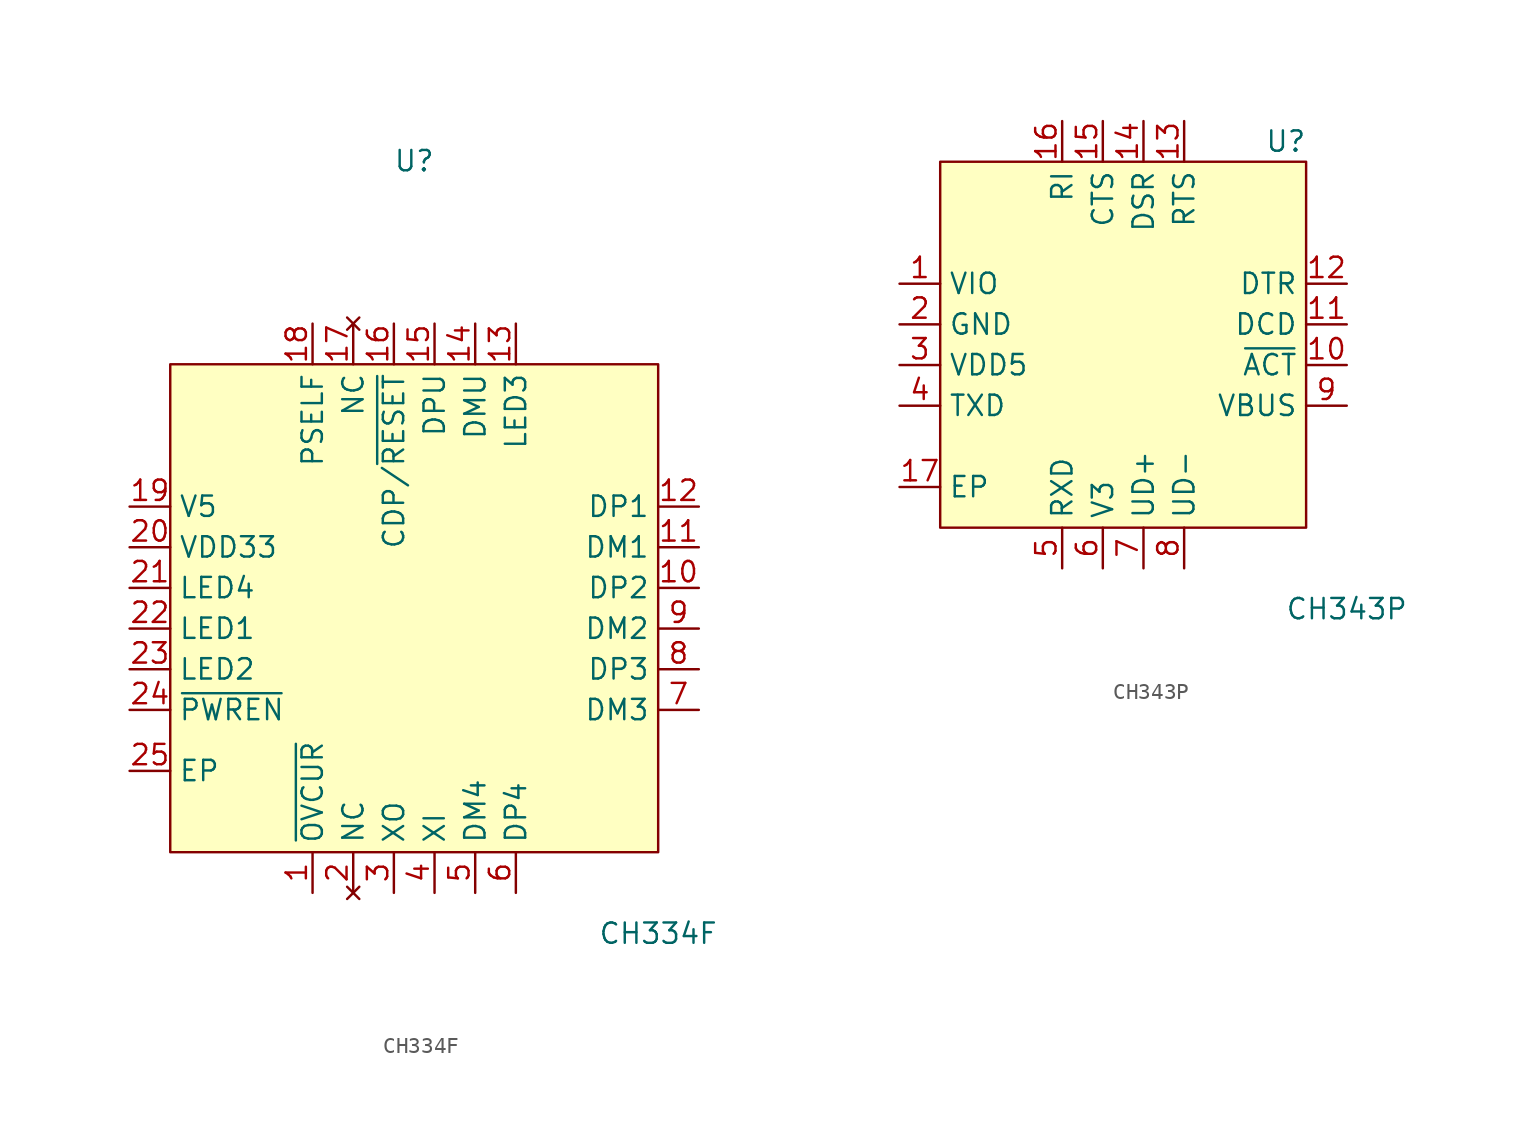
<source format=kicad_sym>
(kicad_symbol_lib
  (version 20220914)
  (generator kicad_symbol_editor)
  (symbol "CH334F"
    (property "Reference" "U"
      (at 0 27.94 0)
      (effects (font (size 1.27 1.27))))
    (property "Value" "CH334F"
      (at 15.24 -20.32 0)
      (effects (font (size 1.27 1.27))))
    (symbol "CH334F_1_1"
      (rectangle (start -15.24 15.24) (end 15.24 -15.24) (stroke (width 0) (type default)) (fill (type background)))
      (pin input line (at -6.35 -17.78 90) (length 2.54) (name "~{OVCUR}" (effects (font (size 1.27 1.27)))) (number "1" (effects (font (size 1.27 1.27)))))
      (pin bidirectional line (at 17.78 1.27 180) (length 2.54) (name "DP2" (effects (font (size 1.27 1.27)))) (number "10" (effects (font (size 1.27 1.27)))))
      (pin bidirectional line (at 17.78 3.81 180) (length 2.54) (name "DM1" (effects (font (size 1.27 1.27)))) (number "11" (effects (font (size 1.27 1.27)))))
      (pin bidirectional line (at 17.78 6.35 180) (length 2.54) (name "DP1" (effects (font (size 1.27 1.27)))) (number "12" (effects (font (size 1.27 1.27)))))
      (pin bidirectional line (at 6.35 17.78 270) (length 2.54) (name "LED3" (effects (font (size 1.27 1.27)))) (number "13" (effects (font (size 1.27 1.27)))))
      (pin bidirectional line (at 3.81 17.78 270) (length 2.54) (name "DMU" (effects (font (size 1.27 1.27)))) (number "14" (effects (font (size 1.27 1.27)))))
      (pin bidirectional line (at 1.27 17.78 270) (length 2.54) (name "DPU" (effects (font (size 1.27 1.27)))) (number "15" (effects (font (size 1.27 1.27)))))
      (pin input line (at -1.27 17.78 270) (length 2.54) (name "CDP/~{RESET}" (effects (font (size 1.27 1.27)))) (number "16" (effects (font (size 1.27 1.27)))))
      (pin no_connect line (at -3.81 17.78 270) (length 2.54) (name "NC" (effects (font (size 1.27 1.27)))) (number "17" (effects (font (size 1.27 1.27)))))
      (pin input line (at -6.35 17.78 270) (length 2.54) (name "PSELF" (effects (font (size 1.27 1.27)))) (number "18" (effects (font (size 1.27 1.27)))))
      (pin power_in line (at -17.78 6.35 0) (length 2.54) (name "V5" (effects (font (size 1.27 1.27)))) (number "19" (effects (font (size 1.27 1.27)))))
      (pin no_connect line (at -3.81 -17.78 90) (length 2.54) (name "NC" (effects (font (size 1.27 1.27)))) (number "2" (effects (font (size 1.27 1.27)))))
      (pin power_in line (at -17.78 3.81 0) (length 2.54) (name "VDD33" (effects (font (size 1.27 1.27)))) (number "20" (effects (font (size 1.27 1.27)))))
      (pin bidirectional line (at -17.78 1.27 0) (length 2.54) (name "LED4" (effects (font (size 1.27 1.27)))) (number "21" (effects (font (size 1.27 1.27)))))
      (pin bidirectional line (at -17.78 -1.27 0) (length 2.54) (name "LED1" (effects (font (size 1.27 1.27)))) (number "22" (effects (font (size 1.27 1.27)))))
      (pin bidirectional line (at -17.78 -3.81 0) (length 2.54) (name "LED2" (effects (font (size 1.27 1.27)))) (number "23" (effects (font (size 1.27 1.27)))))
      (pin output line (at -17.78 -6.35 0) (length 2.54) (name "~{PWREN}" (effects (font (size 1.27 1.27)))) (number "24" (effects (font (size 1.27 1.27)))))
      (pin input line (at -17.78 -10.16 0) (length 2.54) (name "EP" (effects (font (size 1.27 1.27)))) (number "25" (effects (font (size 1.27 1.27)))))
      (pin output line (at -1.27 -17.78 90) (length 2.54) (name "XO" (effects (font (size 1.27 1.27)))) (number "3" (effects (font (size 1.27 1.27)))))
      (pin input line (at 1.27 -17.78 90) (length 2.54) (name "XI" (effects (font (size 1.27 1.27)))) (number "4" (effects (font (size 1.27 1.27)))))
      (pin bidirectional line (at 3.81 -17.78 90) (length 2.54) (name "DM4" (effects (font (size 1.27 1.27)))) (number "5" (effects (font (size 1.27 1.27)))))
      (pin bidirectional line (at 6.35 -17.78 90) (length 2.54) (name "DP4" (effects (font (size 1.27 1.27)))) (number "6" (effects (font (size 1.27 1.27)))))
      (pin bidirectional line (at 17.78 -6.35 180) (length 2.54) (name "DM3" (effects (font (size 1.27 1.27)))) (number "7" (effects (font (size 1.27 1.27)))))
      (pin bidirectional line (at 17.78 -3.81 180) (length 2.54) (name "DP3" (effects (font (size 1.27 1.27)))) (number "8" (effects (font (size 1.27 1.27)))))
      (pin bidirectional line (at 17.78 -1.27 180) (length 2.54) (name "DM2" (effects (font (size 1.27 1.27)))) (number "9" (effects (font (size 1.27 1.27)))))))
  (symbol "CH343P"
    (property "Reference" "U"
      (at 10.16 12.7 0)
      (effects (font (size 1.27 1.27))))
    (property "Value" "CH343P"
      (at 13.97 -16.51 0)
      (effects (font (size 1.27 1.27))))
    (symbol "CH343P_1_1"
      (rectangle (start -11.43 11.43) (end 11.43 -11.43) (stroke (width 0) (type default)) (fill (type background)))
      (pin power_in line (at -13.97 3.81 0) (length 2.54) (name "VIO" (effects (font (size 1.27 1.27)))) (number "1" (effects (font (size 1.27 1.27)))))
      (pin output line (at 13.97 -1.27 180) (length 2.54) (name "~{ACT}" (effects (font (size 1.27 1.27)))) (number "10" (effects (font (size 1.27 1.27)))))
      (pin input line (at 13.97 1.27 180) (length 2.54) (name "DCD" (effects (font (size 1.27 1.27)))) (number "11" (effects (font (size 1.27 1.27)))))
      (pin output line (at 13.97 3.81 180) (length 2.54) (name "DTR" (effects (font (size 1.27 1.27)))) (number "12" (effects (font (size 1.27 1.27)))))
      (pin output line (at 3.81 13.97 270) (length 2.54) (name "RTS" (effects (font (size 1.27 1.27)))) (number "13" (effects (font (size 1.27 1.27)))))
      (pin input line (at 1.27 13.97 270) (length 2.54) (name "DSR" (effects (font (size 1.27 1.27)))) (number "14" (effects (font (size 1.27 1.27)))))
      (pin input line (at -1.27 13.97 270) (length 2.54) (name "CTS" (effects (font (size 1.27 1.27)))) (number "15" (effects (font (size 1.27 1.27)))))
      (pin input line (at -3.81 13.97 270) (length 2.54) (name "RI" (effects (font (size 1.27 1.27)))) (number "16" (effects (font (size 1.27 1.27)))))
      (pin power_in line (at -13.97 -8.89 0) (length 2.54) (name "EP" (effects (font (size 1.27 1.27)))) (number "17" (effects (font (size 1.27 1.27)))))
      (pin power_in line (at -13.97 1.27 0) (length 2.54) (name "GND" (effects (font (size 1.27 1.27)))) (number "2" (effects (font (size 1.27 1.27)))))
      (pin power_in line (at -13.97 -1.27 0) (length 2.54) (name "VDD5" (effects (font (size 1.27 1.27)))) (number "3" (effects (font (size 1.27 1.27)))))
      (pin output line (at -13.97 -3.81 0) (length 2.54) (name "TXD" (effects (font (size 1.27 1.27)))) (number "4" (effects (font (size 1.27 1.27)))))
      (pin input line (at -3.81 -13.97 90) (length 2.54) (name "RXD" (effects (font (size 1.27 1.27)))) (number "5" (effects (font (size 1.27 1.27)))))
      (pin power_in line (at -1.27 -13.97 90) (length 2.54) (name "V3" (effects (font (size 1.27 1.27)))) (number "6" (effects (font (size 1.27 1.27)))))
      (pin bidirectional line (at 1.27 -13.97 90) (length 2.54) (name "UD+" (effects (font (size 1.27 1.27)))) (number "7" (effects (font (size 1.27 1.27)))))
      (pin bidirectional line (at 3.81 -13.97 90) (length 2.54) (name "UD-" (effects (font (size 1.27 1.27)))) (number "8" (effects (font (size 1.27 1.27)))))
      (pin input line (at 13.97 -3.81 180) (length 2.54) (name "VBUS" (effects (font (size 1.27 1.27)))) (number "9" (effects (font (size 1.27 1.27))))))))
</source>
